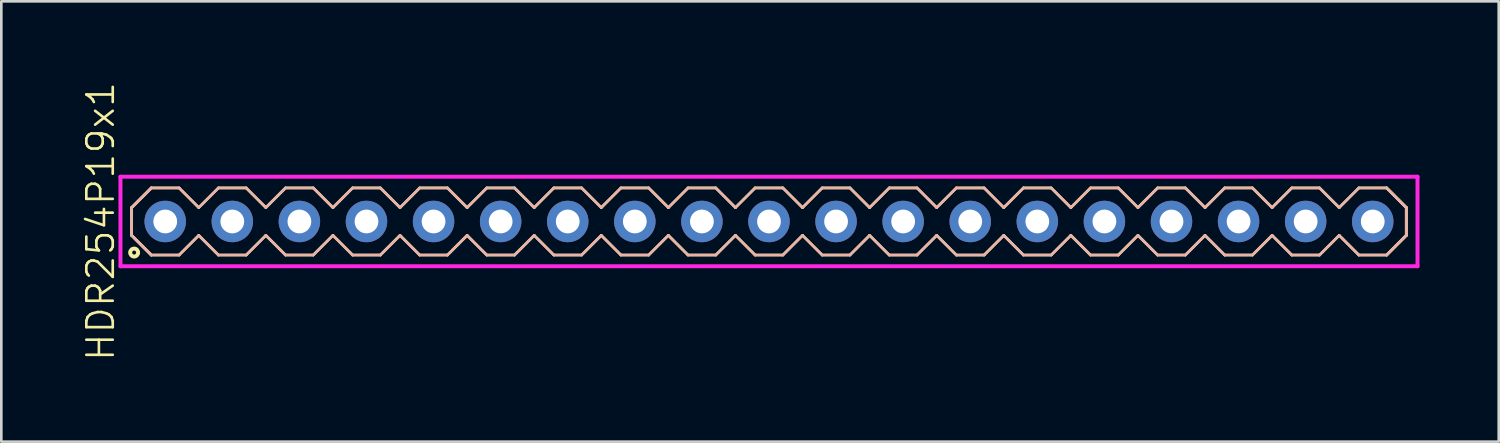
<source format=kicad_pcb>
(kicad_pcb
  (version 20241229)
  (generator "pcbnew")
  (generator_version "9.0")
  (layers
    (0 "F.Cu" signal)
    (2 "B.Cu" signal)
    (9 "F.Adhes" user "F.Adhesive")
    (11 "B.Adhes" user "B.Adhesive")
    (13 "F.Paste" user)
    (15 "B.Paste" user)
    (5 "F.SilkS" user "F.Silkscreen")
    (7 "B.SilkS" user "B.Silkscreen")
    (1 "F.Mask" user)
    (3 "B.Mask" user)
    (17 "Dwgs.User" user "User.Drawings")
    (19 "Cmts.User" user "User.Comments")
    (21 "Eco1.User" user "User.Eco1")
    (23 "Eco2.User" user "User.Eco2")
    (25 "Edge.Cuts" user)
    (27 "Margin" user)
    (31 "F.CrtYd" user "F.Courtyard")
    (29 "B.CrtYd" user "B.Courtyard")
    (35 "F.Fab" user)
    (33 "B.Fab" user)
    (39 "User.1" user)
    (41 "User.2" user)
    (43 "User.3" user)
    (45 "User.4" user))
  (footprint "HDR254P19x1"
    (layer "F.Cu")
    (at 26.066 5.336)
    (property "Reference" "HDR254P19x1" (at -25.305 0 90) (layer "F.SilkS") (effects (font (size 1 1) (thickness 0.1))))
    (attr through_hole)
    (fp_line (start -24.13 -0.526) (end -23.386 -1.27) (stroke (width 0.1) (type solid)) (layer "F.SilkS"))
    (fp_line (start -24.13 -0.526) (end -23.386 -1.27) (stroke (width 0.1) (type solid)) (layer "F.SilkS"))
    (fp_line (start -24.13 0.526) (end -24.13 -0.526) (stroke (width 0.1) (type solid)) (layer "F.SilkS"))
    (fp_line (start -24.13 0.526) (end -24.13 -0.526) (stroke (width 0.1) (type solid)) (layer "F.SilkS"))
    (fp_line (start -23.386 -1.27) (end -22.334 -1.27) (stroke (width 0.1) (type solid)) (layer "F.SilkS"))
    (fp_line (start -23.386 1.27) (end -24.13 0.526) (stroke (width 0.1) (type solid)) (layer "F.SilkS"))
    (fp_line (start -23.386 1.27) (end -24.13 0.526) (stroke (width 0.1) (type solid)) (layer "F.SilkS"))
    (fp_line (start -22.334 -1.27) (end -21.59 -0.526) (stroke (width 0.1) (type solid)) (layer "F.SilkS"))
    (fp_line (start -22.334 1.27) (end -23.386 1.27) (stroke (width 0.1) (type solid)) (layer "F.SilkS"))
    (fp_line (start -21.59 -0.526) (end -20.846 -1.27) (stroke (width 0.1) (type solid)) (layer "F.SilkS"))
    (fp_line (start -21.59 0.526) (end -22.334 1.27) (stroke (width 0.1) (type solid)) (layer "F.SilkS"))
    (fp_line (start -20.846 -1.27) (end -19.794 -1.27) (stroke (width 0.1) (type solid)) (layer "F.SilkS"))
    (fp_line (start -20.846 1.27) (end -21.59 0.526) (stroke (width 0.1) (type solid)) (layer "F.SilkS"))
    (fp_line (start -19.794 -1.27) (end -19.05 -0.526) (stroke (width 0.1) (type solid)) (layer "F.SilkS"))
    (fp_line (start -19.794 1.27) (end -20.846 1.27) (stroke (width 0.1) (type solid)) (layer "F.SilkS"))
    (fp_line (start -19.05 -0.526) (end -18.306 -1.27) (stroke (width 0.1) (type solid)) (layer "F.SilkS"))
    (fp_line (start -19.05 0.526) (end -19.794 1.27) (stroke (width 0.1) (type solid)) (layer "F.SilkS"))
    (fp_line (start -18.306 -1.27) (end -17.254 -1.27) (stroke (width 0.1) (type solid)) (layer "F.SilkS"))
    (fp_line (start -18.306 1.27) (end -19.05 0.526) (stroke (width 0.1) (type solid)) (layer "F.SilkS"))
    (fp_line (start -17.254 -1.27) (end -16.51 -0.526) (stroke (width 0.1) (type solid)) (layer "F.SilkS"))
    (fp_line (start -17.254 1.27) (end -18.306 1.27) (stroke (width 0.1) (type solid)) (layer "F.SilkS"))
    (fp_line (start -16.51 -0.526) (end -15.766 -1.27) (stroke (width 0.1) (type solid)) (layer "F.SilkS"))
    (fp_line (start -16.51 0.526) (end -17.254 1.27) (stroke (width 0.1) (type solid)) (layer "F.SilkS"))
    (fp_line (start -15.766 -1.27) (end -14.714 -1.27) (stroke (width 0.1) (type solid)) (layer "F.SilkS"))
    (fp_line (start -15.766 1.27) (end -16.51 0.526) (stroke (width 0.1) (type solid)) (layer "F.SilkS"))
    (fp_line (start -14.714 -1.27) (end -13.97 -0.526) (stroke (width 0.1) (type solid)) (layer "F.SilkS"))
    (fp_line (start -14.714 1.27) (end -15.766 1.27) (stroke (width 0.1) (type solid)) (layer "F.SilkS"))
    (fp_line (start -13.97 -0.526) (end -13.226 -1.27) (stroke (width 0.1) (type solid)) (layer "F.SilkS"))
    (fp_line (start -13.97 0.526) (end -14.714 1.27) (stroke (width 0.1) (type solid)) (layer "F.SilkS"))
    (fp_line (start -13.226 -1.27) (end -12.174 -1.27) (stroke (width 0.1) (type solid)) (layer "F.SilkS"))
    (fp_line (start -13.226 1.27) (end -13.97 0.526) (stroke (width 0.1) (type solid)) (layer "F.SilkS"))
    (fp_line (start -12.174 -1.27) (end -11.43 -0.526) (stroke (width 0.1) (type solid)) (layer "F.SilkS"))
    (fp_line (start -12.174 1.27) (end -13.226 1.27) (stroke (width 0.1) (type solid)) (layer "F.SilkS"))
    (fp_line (start -11.43 -0.526) (end -10.686 -1.27) (stroke (width 0.1) (type solid)) (layer "F.SilkS"))
    (fp_line (start -11.43 0.526) (end -12.174 1.27) (stroke (width 0.1) (type solid)) (layer "F.SilkS"))
    (fp_line (start -10.686 -1.27) (end -9.634 -1.27) (stroke (width 0.1) (type solid)) (layer "F.SilkS"))
    (fp_line (start -10.686 1.27) (end -11.43 0.526) (stroke (width 0.1) (type solid)) (layer "F.SilkS"))
    (fp_line (start -9.634 -1.27) (end -8.89 -0.526) (stroke (width 0.1) (type solid)) (layer "F.SilkS"))
    (fp_line (start -9.634 1.27) (end -10.686 1.27) (stroke (width 0.1) (type solid)) (layer "F.SilkS"))
    (fp_line (start -8.89 -0.526) (end -8.146 -1.27) (stroke (width 0.1) (type solid)) (layer "F.SilkS"))
    (fp_line (start -8.89 0.526) (end -9.634 1.27) (stroke (width 0.1) (type solid)) (layer "F.SilkS"))
    (fp_line (start -8.146 -1.27) (end -7.094 -1.27) (stroke (width 0.1) (type solid)) (layer "F.SilkS"))
    (fp_line (start -8.146 1.27) (end -8.89 0.526) (stroke (width 0.1) (type solid)) (layer "F.SilkS"))
    (fp_line (start -7.094 -1.27) (end -6.35 -0.526) (stroke (width 0.1) (type solid)) (layer "F.SilkS"))
    (fp_line (start -7.094 1.27) (end -8.146 1.27) (stroke (width 0.1) (type solid)) (layer "F.SilkS"))
    (fp_line (start -6.35 -0.526) (end -5.606 -1.27) (stroke (width 0.1) (type solid)) (layer "F.SilkS"))
    (fp_line (start -6.35 0.526) (end -7.094 1.27) (stroke (width 0.1) (type solid)) (layer "F.SilkS"))
    (fp_line (start -5.606 -1.27) (end -4.554 -1.27) (stroke (width 0.1) (type solid)) (layer "F.SilkS"))
    (fp_line (start -5.606 1.27) (end -6.35 0.526) (stroke (width 0.1) (type solid)) (layer "F.SilkS"))
    (fp_line (start -4.554 -1.27) (end -3.81 -0.526) (stroke (width 0.1) (type solid)) (layer "F.SilkS"))
    (fp_line (start -4.554 1.27) (end -5.606 1.27) (stroke (width 0.1) (type solid)) (layer "F.SilkS"))
    (fp_line (start -3.81 -0.526) (end -3.066 -1.27) (stroke (width 0.1) (type solid)) (layer "F.SilkS"))
    (fp_line (start -3.81 0.526) (end -4.554 1.27) (stroke (width 0.1) (type solid)) (layer "F.SilkS"))
    (fp_line (start -3.066 -1.27) (end -2.014 -1.27) (stroke (width 0.1) (type solid)) (layer "F.SilkS"))
    (fp_line (start -3.066 1.27) (end -3.81 0.526) (stroke (width 0.1) (type solid)) (layer "F.SilkS"))
    (fp_line (start -2.014 -1.27) (end -1.27 -0.526) (stroke (width 0.1) (type solid)) (layer "F.SilkS"))
    (fp_line (start -2.014 1.27) (end -3.066 1.27) (stroke (width 0.1) (type solid)) (layer "F.SilkS"))
    (fp_line (start -1.27 -0.526) (end -0.526 -1.27) (stroke (width 0.1) (type solid)) (layer "F.SilkS"))
    (fp_line (start -1.27 0.526) (end -2.014 1.27) (stroke (width 0.1) (type solid)) (layer "F.SilkS"))
    (fp_line (start -0.526 -1.27) (end 0.526 -1.27) (stroke (width 0.1) (type solid)) (layer "F.SilkS"))
    (fp_line (start -0.526 1.27) (end -1.27 0.526) (stroke (width 0.1) (type solid)) (layer "F.SilkS"))
    (fp_line (start 0.526 -1.27) (end 1.27 -0.526) (stroke (width 0.1) (type solid)) (layer "F.SilkS"))
    (fp_line (start 0.526 1.27) (end -0.526 1.27) (stroke (width 0.1) (type solid)) (layer "F.SilkS"))
    (fp_line (start 1.27 -0.526) (end 2.014 -1.27) (stroke (width 0.1) (type solid)) (layer "F.SilkS"))
    (fp_line (start 1.27 0.526) (end 0.526 1.27) (stroke (width 0.1) (type solid)) (layer "F.SilkS"))
    (fp_line (start 2.014 -1.27) (end 3.066 -1.27) (stroke (width 0.1) (type solid)) (layer "F.SilkS"))
    (fp_line (start 2.014 1.27) (end 1.27 0.526) (stroke (width 0.1) (type solid)) (layer "F.SilkS"))
    (fp_line (start 3.066 -1.27) (end 3.81 -0.526) (stroke (width 0.1) (type solid)) (layer "F.SilkS"))
    (fp_line (start 3.066 1.27) (end 2.014 1.27) (stroke (width 0.1) (type solid)) (layer "F.SilkS"))
    (fp_line (start 3.81 -0.526) (end 4.554 -1.27) (stroke (width 0.1) (type solid)) (layer "F.SilkS"))
    (fp_line (start 3.81 0.526) (end 3.066 1.27) (stroke (width 0.1) (type solid)) (layer "F.SilkS"))
    (fp_line (start 4.554 -1.27) (end 5.606 -1.27) (stroke (width 0.1) (type solid)) (layer "F.SilkS"))
    (fp_line (start 4.554 1.27) (end 3.81 0.526) (stroke (width 0.1) (type solid)) (layer "F.SilkS"))
    (fp_line (start 5.606 -1.27) (end 6.35 -0.526) (stroke (width 0.1) (type solid)) (layer "F.SilkS"))
    (fp_line (start 5.606 1.27) (end 4.554 1.27) (stroke (width 0.1) (type solid)) (layer "F.SilkS"))
    (fp_line (start 6.35 -0.526) (end 7.094 -1.27) (stroke (width 0.1) (type solid)) (layer "F.SilkS"))
    (fp_line (start 6.35 0.526) (end 5.606 1.27) (stroke (width 0.1) (type solid)) (layer "F.SilkS"))
    (fp_line (start 7.094 -1.27) (end 8.146 -1.27) (stroke (width 0.1) (type solid)) (layer "F.SilkS"))
    (fp_line (start 7.094 1.27) (end 6.35 0.526) (stroke (width 0.1) (type solid)) (layer "F.SilkS"))
    (fp_line (start 8.146 -1.27) (end 8.89 -0.526) (stroke (width 0.1) (type solid)) (layer "F.SilkS"))
    (fp_line (start 8.146 1.27) (end 7.094 1.27) (stroke (width 0.1) (type solid)) (layer "F.SilkS"))
    (fp_line (start 8.89 -0.526) (end 9.634 -1.27) (stroke (width 0.1) (type solid)) (layer "F.SilkS"))
    (fp_line (start 8.89 0.526) (end 8.146 1.27) (stroke (width 0.1) (type solid)) (layer "F.SilkS"))
    (fp_line (start 9.634 -1.27) (end 10.686 -1.27) (stroke (width 0.1) (type solid)) (layer "F.SilkS"))
    (fp_line (start 9.634 1.27) (end 8.89 0.526) (stroke (width 0.1) (type solid)) (layer "F.SilkS"))
    (fp_line (start 10.686 -1.27) (end 11.43 -0.526) (stroke (width 0.1) (type solid)) (layer "F.SilkS"))
    (fp_line (start 10.686 1.27) (end 9.634 1.27) (stroke (width 0.1) (type solid)) (layer "F.SilkS"))
    (fp_line (start 11.43 -0.526) (end 12.174 -1.27) (stroke (width 0.1) (type solid)) (layer "F.SilkS"))
    (fp_line (start 11.43 0.526) (end 10.686 1.27) (stroke (width 0.1) (type solid)) (layer "F.SilkS"))
    (fp_line (start 12.174 -1.27) (end 13.226 -1.27) (stroke (width 0.1) (type solid)) (layer "F.SilkS"))
    (fp_line (start 12.174 1.27) (end 11.43 0.526) (stroke (width 0.1) (type solid)) (layer "F.SilkS"))
    (fp_line (start 13.226 -1.27) (end 13.97 -0.526) (stroke (width 0.1) (type solid)) (layer "F.SilkS"))
    (fp_line (start 13.226 1.27) (end 12.174 1.27) (stroke (width 0.1) (type solid)) (layer "F.SilkS"))
    (fp_line (start 13.97 -0.526) (end 14.714 -1.27) (stroke (width 0.1) (type solid)) (layer "F.SilkS"))
    (fp_line (start 13.97 0.526) (end 13.226 1.27) (stroke (width 0.1) (type solid)) (layer "F.SilkS"))
    (fp_line (start 14.714 -1.27) (end 15.766 -1.27) (stroke (width 0.1) (type solid)) (layer "F.SilkS"))
    (fp_line (start 14.714 1.27) (end 13.97 0.526) (stroke (width 0.1) (type solid)) (layer "F.SilkS"))
    (fp_line (start 15.766 -1.27) (end 16.51 -0.526) (stroke (width 0.1) (type solid)) (layer "F.SilkS"))
    (fp_line (start 15.766 1.27) (end 14.714 1.27) (stroke (width 0.1) (type solid)) (layer "F.SilkS"))
    (fp_line (start 16.51 -0.526) (end 17.254 -1.27) (stroke (width 0.1) (type solid)) (layer "F.SilkS"))
    (fp_line (start 16.51 0.526) (end 15.766 1.27) (stroke (width 0.1) (type solid)) (layer "F.SilkS"))
    (fp_line (start 17.254 -1.27) (end 18.306 -1.27) (stroke (width 0.1) (type solid)) (layer "F.SilkS"))
    (fp_line (start 17.254 1.27) (end 16.51 0.526) (stroke (width 0.1) (type solid)) (layer "F.SilkS"))
    (fp_line (start 18.306 -1.27) (end 19.05 -0.526) (stroke (width 0.1) (type solid)) (layer "F.SilkS"))
    (fp_line (start 18.306 1.27) (end 17.254 1.27) (stroke (width 0.1) (type solid)) (layer "F.SilkS"))
    (fp_line (start 19.05 -0.526) (end 19.794 -1.27) (stroke (width 0.1) (type solid)) (layer "F.SilkS"))
    (fp_line (start 19.05 0.526) (end 18.306 1.27) (stroke (width 0.1) (type solid)) (layer "F.SilkS"))
    (fp_line (start 19.794 -1.27) (end 20.846 -1.27) (stroke (width 0.1) (type solid)) (layer "F.SilkS"))
    (fp_line (start 19.794 1.27) (end 19.05 0.526) (stroke (width 0.1) (type solid)) (layer "F.SilkS"))
    (fp_line (start 20.846 -1.27) (end 21.59 -0.526) (stroke (width 0.1) (type solid)) (layer "F.SilkS"))
    (fp_line (start 20.846 1.27) (end 19.794 1.27) (stroke (width 0.1) (type solid)) (layer "F.SilkS"))
    (fp_line (start 21.59 -0.526) (end 22.334 -1.27) (stroke (width 0.1) (type solid)) (layer "F.SilkS"))
    (fp_line (start 21.59 0.526) (end 20.846 1.27) (stroke (width 0.1) (type solid)) (layer "F.SilkS"))
    (fp_line (start 22.334 -1.27) (end 23.386 -1.27) (stroke (width 0.1) (type solid)) (layer "F.SilkS"))
    (fp_line (start 22.334 1.27) (end 21.59 0.526) (stroke (width 0.1) (type solid)) (layer "F.SilkS"))
    (fp_line (start 23.386 -1.27) (end 24.13 -0.526) (stroke (width 0.1) (type solid)) (layer "F.SilkS"))
    (fp_line (start 23.386 -1.27) (end 24.13 -0.526) (stroke (width 0.1) (type solid)) (layer "F.SilkS"))
    (fp_line (start 23.386 1.27) (end 22.334 1.27) (stroke (width 0.1) (type solid)) (layer "F.SilkS"))
    (fp_line (start 24.13 -0.526) (end 24.13 0.526) (stroke (width 0.1) (type solid)) (layer "F.SilkS"))
    (fp_line (start 24.13 -0.526) (end 24.13 0.526) (stroke (width 0.1) (type solid)) (layer "F.SilkS"))
    (fp_line (start 24.13 0.526) (end 23.386 1.27) (stroke (width 0.1) (type solid)) (layer "F.SilkS"))
    (fp_line (start 24.13 0.526) (end 23.386 1.27) (stroke (width 0.1) (type solid)) (layer "F.SilkS"))
    (fp_circle (center -24.037 1.177) (end -23.887 1.177) (stroke (width 0.15) (type solid)) (fill no) (layer "F.SilkS"))
    (fp_line (start -24.13 -0.526) (end -23.386 -1.27) (stroke (width 0.1) (type solid)) (layer "B.SilkS"))
    (fp_line (start -24.13 -0.526) (end -23.386 -1.27) (stroke (width 0.1) (type solid)) (layer "B.SilkS"))
    (fp_line (start -24.13 0.526) (end -24.13 -0.526) (stroke (width 0.1) (type solid)) (layer "B.SilkS"))
    (fp_line (start -24.13 0.526) (end -24.13 -0.526) (stroke (width 0.1) (type solid)) (layer "B.SilkS"))
    (fp_line (start -23.386 -1.27) (end -22.334 -1.27) (stroke (width 0.1) (type solid)) (layer "B.SilkS"))
    (fp_line (start -23.386 1.27) (end -24.13 0.526) (stroke (width 0.1) (type solid)) (layer "B.SilkS"))
    (fp_line (start -23.386 1.27) (end -24.13 0.526) (stroke (width 0.1) (type solid)) (layer "B.SilkS"))
    (fp_line (start -22.334 -1.27) (end -21.59 -0.526) (stroke (width 0.1) (type solid)) (layer "B.SilkS"))
    (fp_line (start -22.334 1.27) (end -23.386 1.27) (stroke (width 0.1) (type solid)) (layer "B.SilkS"))
    (fp_line (start -21.59 -0.526) (end -20.846 -1.27) (stroke (width 0.1) (type solid)) (layer "B.SilkS"))
    (fp_line (start -21.59 0.526) (end -22.334 1.27) (stroke (width 0.1) (type solid)) (layer "B.SilkS"))
    (fp_line (start -20.846 -1.27) (end -19.794 -1.27) (stroke (width 0.1) (type solid)) (layer "B.SilkS"))
    (fp_line (start -20.846 1.27) (end -21.59 0.526) (stroke (width 0.1) (type solid)) (layer "B.SilkS"))
    (fp_line (start -19.794 -1.27) (end -19.05 -0.526) (stroke (width 0.1) (type solid)) (layer "B.SilkS"))
    (fp_line (start -19.794 1.27) (end -20.846 1.27) (stroke (width 0.1) (type solid)) (layer "B.SilkS"))
    (fp_line (start -19.05 -0.526) (end -18.306 -1.27) (stroke (width 0.1) (type solid)) (layer "B.SilkS"))
    (fp_line (start -19.05 0.526) (end -19.794 1.27) (stroke (width 0.1) (type solid)) (layer "B.SilkS"))
    (fp_line (start -18.306 -1.27) (end -17.254 -1.27) (stroke (width 0.1) (type solid)) (layer "B.SilkS"))
    (fp_line (start -18.306 1.27) (end -19.05 0.526) (stroke (width 0.1) (type solid)) (layer "B.SilkS"))
    (fp_line (start -17.254 -1.27) (end -16.51 -0.526) (stroke (width 0.1) (type solid)) (layer "B.SilkS"))
    (fp_line (start -17.254 1.27) (end -18.306 1.27) (stroke (width 0.1) (type solid)) (layer "B.SilkS"))
    (fp_line (start -16.51 -0.526) (end -15.766 -1.27) (stroke (width 0.1) (type solid)) (layer "B.SilkS"))
    (fp_line (start -16.51 0.526) (end -17.254 1.27) (stroke (width 0.1) (type solid)) (layer "B.SilkS"))
    (fp_line (start -15.766 -1.27) (end -14.714 -1.27) (stroke (width 0.1) (type solid)) (layer "B.SilkS"))
    (fp_line (start -15.766 1.27) (end -16.51 0.526) (stroke (width 0.1) (type solid)) (layer "B.SilkS"))
    (fp_line (start -14.714 -1.27) (end -13.97 -0.526) (stroke (width 0.1) (type solid)) (layer "B.SilkS"))
    (fp_line (start -14.714 1.27) (end -15.766 1.27) (stroke (width 0.1) (type solid)) (layer "B.SilkS"))
    (fp_line (start -13.97 -0.526) (end -13.226 -1.27) (stroke (width 0.1) (type solid)) (layer "B.SilkS"))
    (fp_line (start -13.97 0.526) (end -14.714 1.27) (stroke (width 0.1) (type solid)) (layer "B.SilkS"))
    (fp_line (start -13.226 -1.27) (end -12.174 -1.27) (stroke (width 0.1) (type solid)) (layer "B.SilkS"))
    (fp_line (start -13.226 1.27) (end -13.97 0.526) (stroke (width 0.1) (type solid)) (layer "B.SilkS"))
    (fp_line (start -12.174 -1.27) (end -11.43 -0.526) (stroke (width 0.1) (type solid)) (layer "B.SilkS"))
    (fp_line (start -12.174 1.27) (end -13.226 1.27) (stroke (width 0.1) (type solid)) (layer "B.SilkS"))
    (fp_line (start -11.43 -0.526) (end -10.686 -1.27) (stroke (width 0.1) (type solid)) (layer "B.SilkS"))
    (fp_line (start -11.43 0.526) (end -12.174 1.27) (stroke (width 0.1) (type solid)) (layer "B.SilkS"))
    (fp_line (start -10.686 -1.27) (end -9.634 -1.27) (stroke (width 0.1) (type solid)) (layer "B.SilkS"))
    (fp_line (start -10.686 1.27) (end -11.43 0.526) (stroke (width 0.1) (type solid)) (layer "B.SilkS"))
    (fp_line (start -9.634 -1.27) (end -8.89 -0.526) (stroke (width 0.1) (type solid)) (layer "B.SilkS"))
    (fp_line (start -9.634 1.27) (end -10.686 1.27) (stroke (width 0.1) (type solid)) (layer "B.SilkS"))
    (fp_line (start -8.89 -0.526) (end -8.146 -1.27) (stroke (width 0.1) (type solid)) (layer "B.SilkS"))
    (fp_line (start -8.89 0.526) (end -9.634 1.27) (stroke (width 0.1) (type solid)) (layer "B.SilkS"))
    (fp_line (start -8.146 -1.27) (end -7.094 -1.27) (stroke (width 0.1) (type solid)) (layer "B.SilkS"))
    (fp_line (start -8.146 1.27) (end -8.89 0.526) (stroke (width 0.1) (type solid)) (layer "B.SilkS"))
    (fp_line (start -7.094 -1.27) (end -6.35 -0.526) (stroke (width 0.1) (type solid)) (layer "B.SilkS"))
    (fp_line (start -7.094 1.27) (end -8.146 1.27) (stroke (width 0.1) (type solid)) (layer "B.SilkS"))
    (fp_line (start -6.35 -0.526) (end -5.606 -1.27) (stroke (width 0.1) (type solid)) (layer "B.SilkS"))
    (fp_line (start -6.35 0.526) (end -7.094 1.27) (stroke (width 0.1) (type solid)) (layer "B.SilkS"))
    (fp_line (start -5.606 -1.27) (end -4.554 -1.27) (stroke (width 0.1) (type solid)) (layer "B.SilkS"))
    (fp_line (start -5.606 1.27) (end -6.35 0.526) (stroke (width 0.1) (type solid)) (layer "B.SilkS"))
    (fp_line (start -4.554 -1.27) (end -3.81 -0.526) (stroke (width 0.1) (type solid)) (layer "B.SilkS"))
    (fp_line (start -4.554 1.27) (end -5.606 1.27) (stroke (width 0.1) (type solid)) (layer "B.SilkS"))
    (fp_line (start -3.81 -0.526) (end -3.066 -1.27) (stroke (width 0.1) (type solid)) (layer "B.SilkS"))
    (fp_line (start -3.81 0.526) (end -4.554 1.27) (stroke (width 0.1) (type solid)) (layer "B.SilkS"))
    (fp_line (start -3.066 -1.27) (end -2.014 -1.27) (stroke (width 0.1) (type solid)) (layer "B.SilkS"))
    (fp_line (start -3.066 1.27) (end -3.81 0.526) (stroke (width 0.1) (type solid)) (layer "B.SilkS"))
    (fp_line (start -2.014 -1.27) (end -1.27 -0.526) (stroke (width 0.1) (type solid)) (layer "B.SilkS"))
    (fp_line (start -2.014 1.27) (end -3.066 1.27) (stroke (width 0.1) (type solid)) (layer "B.SilkS"))
    (fp_line (start -1.27 -0.526) (end -0.526 -1.27) (stroke (width 0.1) (type solid)) (layer "B.SilkS"))
    (fp_line (start -1.27 0.526) (end -2.014 1.27) (stroke (width 0.1) (type solid)) (layer "B.SilkS"))
    (fp_line (start -0.526 -1.27) (end 0.526 -1.27) (stroke (width 0.1) (type solid)) (layer "B.SilkS"))
    (fp_line (start -0.526 1.27) (end -1.27 0.526) (stroke (width 0.1) (type solid)) (layer "B.SilkS"))
    (fp_line (start 0.526 -1.27) (end 1.27 -0.526) (stroke (width 0.1) (type solid)) (layer "B.SilkS"))
    (fp_line (start 0.526 1.27) (end -0.526 1.27) (stroke (width 0.1) (type solid)) (layer "B.SilkS"))
    (fp_line (start 1.27 -0.526) (end 2.014 -1.27) (stroke (width 0.1) (type solid)) (layer "B.SilkS"))
    (fp_line (start 1.27 0.526) (end 0.526 1.27) (stroke (width 0.1) (type solid)) (layer "B.SilkS"))
    (fp_line (start 2.014 -1.27) (end 3.066 -1.27) (stroke (width 0.1) (type solid)) (layer "B.SilkS"))
    (fp_line (start 2.014 1.27) (end 1.27 0.526) (stroke (width 0.1) (type solid)) (layer "B.SilkS"))
    (fp_line (start 3.066 -1.27) (end 3.81 -0.526) (stroke (width 0.1) (type solid)) (layer "B.SilkS"))
    (fp_line (start 3.066 1.27) (end 2.014 1.27) (stroke (width 0.1) (type solid)) (layer "B.SilkS"))
    (fp_line (start 3.81 -0.526) (end 4.554 -1.27) (stroke (width 0.1) (type solid)) (layer "B.SilkS"))
    (fp_line (start 3.81 0.526) (end 3.066 1.27) (stroke (width 0.1) (type solid)) (layer "B.SilkS"))
    (fp_line (start 4.554 -1.27) (end 5.606 -1.27) (stroke (width 0.1) (type solid)) (layer "B.SilkS"))
    (fp_line (start 4.554 1.27) (end 3.81 0.526) (stroke (width 0.1) (type solid)) (layer "B.SilkS"))
    (fp_line (start 5.606 -1.27) (end 6.35 -0.526) (stroke (width 0.1) (type solid)) (layer "B.SilkS"))
    (fp_line (start 5.606 1.27) (end 4.554 1.27) (stroke (width 0.1) (type solid)) (layer "B.SilkS"))
    (fp_line (start 6.35 -0.526) (end 7.094 -1.27) (stroke (width 0.1) (type solid)) (layer "B.SilkS"))
    (fp_line (start 6.35 0.526) (end 5.606 1.27) (stroke (width 0.1) (type solid)) (layer "B.SilkS"))
    (fp_line (start 7.094 -1.27) (end 8.146 -1.27) (stroke (width 0.1) (type solid)) (layer "B.SilkS"))
    (fp_line (start 7.094 1.27) (end 6.35 0.526) (stroke (width 0.1) (type solid)) (layer "B.SilkS"))
    (fp_line (start 8.146 -1.27) (end 8.89 -0.526) (stroke (width 0.1) (type solid)) (layer "B.SilkS"))
    (fp_line (start 8.146 1.27) (end 7.094 1.27) (stroke (width 0.1) (type solid)) (layer "B.SilkS"))
    (fp_line (start 8.89 -0.526) (end 9.634 -1.27) (stroke (width 0.1) (type solid)) (layer "B.SilkS"))
    (fp_line (start 8.89 0.526) (end 8.146 1.27) (stroke (width 0.1) (type solid)) (layer "B.SilkS"))
    (fp_line (start 9.634 -1.27) (end 10.686 -1.27) (stroke (width 0.1) (type solid)) (layer "B.SilkS"))
    (fp_line (start 9.634 1.27) (end 8.89 0.526) (stroke (width 0.1) (type solid)) (layer "B.SilkS"))
    (fp_line (start 10.686 -1.27) (end 11.43 -0.526) (stroke (width 0.1) (type solid)) (layer "B.SilkS"))
    (fp_line (start 10.686 1.27) (end 9.634 1.27) (stroke (width 0.1) (type solid)) (layer "B.SilkS"))
    (fp_line (start 11.43 -0.526) (end 12.174 -1.27) (stroke (width 0.1) (type solid)) (layer "B.SilkS"))
    (fp_line (start 11.43 0.526) (end 10.686 1.27) (stroke (width 0.1) (type solid)) (layer "B.SilkS"))
    (fp_line (start 12.174 -1.27) (end 13.226 -1.27) (stroke (width 0.1) (type solid)) (layer "B.SilkS"))
    (fp_line (start 12.174 1.27) (end 11.43 0.526) (stroke (width 0.1) (type solid)) (layer "B.SilkS"))
    (fp_line (start 13.226 -1.27) (end 13.97 -0.526) (stroke (width 0.1) (type solid)) (layer "B.SilkS"))
    (fp_line (start 13.226 1.27) (end 12.174 1.27) (stroke (width 0.1) (type solid)) (layer "B.SilkS"))
    (fp_line (start 13.97 -0.526) (end 14.714 -1.27) (stroke (width 0.1) (type solid)) (layer "B.SilkS"))
    (fp_line (start 13.97 0.526) (end 13.226 1.27) (stroke (width 0.1) (type solid)) (layer "B.SilkS"))
    (fp_line (start 14.714 -1.27) (end 15.766 -1.27) (stroke (width 0.1) (type solid)) (layer "B.SilkS"))
    (fp_line (start 14.714 1.27) (end 13.97 0.526) (stroke (width 0.1) (type solid)) (layer "B.SilkS"))
    (fp_line (start 15.766 -1.27) (end 16.51 -0.526) (stroke (width 0.1) (type solid)) (layer "B.SilkS"))
    (fp_line (start 15.766 1.27) (end 14.714 1.27) (stroke (width 0.1) (type solid)) (layer "B.SilkS"))
    (fp_line (start 16.51 -0.526) (end 17.254 -1.27) (stroke (width 0.1) (type solid)) (layer "B.SilkS"))
    (fp_line (start 16.51 0.526) (end 15.766 1.27) (stroke (width 0.1) (type solid)) (layer "B.SilkS"))
    (fp_line (start 17.254 -1.27) (end 18.306 -1.27) (stroke (width 0.1) (type solid)) (layer "B.SilkS"))
    (fp_line (start 17.254 1.27) (end 16.51 0.526) (stroke (width 0.1) (type solid)) (layer "B.SilkS"))
    (fp_line (start 18.306 -1.27) (end 19.05 -0.526) (stroke (width 0.1) (type solid)) (layer "B.SilkS"))
    (fp_line (start 18.306 1.27) (end 17.254 1.27) (stroke (width 0.1) (type solid)) (layer "B.SilkS"))
    (fp_line (start 19.05 -0.526) (end 19.794 -1.27) (stroke (width 0.1) (type solid)) (layer "B.SilkS"))
    (fp_line (start 19.05 0.526) (end 18.306 1.27) (stroke (width 0.1) (type solid)) (layer "B.SilkS"))
    (fp_line (start 19.794 -1.27) (end 20.846 -1.27) (stroke (width 0.1) (type solid)) (layer "B.SilkS"))
    (fp_line (start 19.794 1.27) (end 19.05 0.526) (stroke (width 0.1) (type solid)) (layer "B.SilkS"))
    (fp_line (start 20.846 -1.27) (end 21.59 -0.526) (stroke (width 0.1) (type solid)) (layer "B.SilkS"))
    (fp_line (start 20.846 1.27) (end 19.794 1.27) (stroke (width 0.1) (type solid)) (layer "B.SilkS"))
    (fp_line (start 21.59 -0.526) (end 22.334 -1.27) (stroke (width 0.1) (type solid)) (layer "B.SilkS"))
    (fp_line (start 21.59 0.526) (end 20.846 1.27) (stroke (width 0.1) (type solid)) (layer "B.SilkS"))
    (fp_line (start 22.334 -1.27) (end 23.386 -1.27) (stroke (width 0.1) (type solid)) (layer "B.SilkS"))
    (fp_line (start 22.334 1.27) (end 21.59 0.526) (stroke (width 0.1) (type solid)) (layer "B.SilkS"))
    (fp_line (start 23.386 -1.27) (end 24.13 -0.526) (stroke (width 0.1) (type solid)) (layer "B.SilkS"))
    (fp_line (start 23.386 -1.27) (end 24.13 -0.526) (stroke (width 0.1) (type solid)) (layer "B.SilkS"))
    (fp_line (start 23.386 1.27) (end 22.334 1.27) (stroke (width 0.1) (type solid)) (layer "B.SilkS"))
    (fp_line (start 24.13 -0.526) (end 24.13 0.526) (stroke (width 0.1) (type solid)) (layer "B.SilkS"))
    (fp_line (start 24.13 -0.526) (end 24.13 0.526) (stroke (width 0.1) (type solid)) (layer "B.SilkS"))
    (fp_line (start 24.13 0.526) (end 23.386 1.27) (stroke (width 0.1) (type solid)) (layer "B.SilkS"))
    (fp_line (start 24.13 0.526) (end 23.386 1.27) (stroke (width 0.1) (type solid)) (layer "B.SilkS"))
    (fp_line (start -24.555 -1.695) (end -24.555 1.695) (stroke (width 0.15) (type solid)) (layer "F.CrtYd"))
    (fp_line (start -24.555 1.695) (end 24.555 1.695) (stroke (width 0.15) (type solid)) (layer "F.CrtYd"))
    (fp_line (start 24.555 -1.695) (end -24.555 -1.695) (stroke (width 0.15) (type solid)) (layer "F.CrtYd"))
    (fp_line (start 24.555 1.695) (end 24.555 -1.695) (stroke (width 0.15) (type solid)) (layer "F.CrtYd"))
    (pad "1" thru_hole oval (at -22.86 0) (size 1.57 1.57) (drill 0.9) (layers "*.Cu" "*.Mask"))
    (pad "2" thru_hole oval (at -20.32 0) (size 1.57 1.57) (drill 0.9) (layers "*.Cu" "*.Mask"))
    (pad "3" thru_hole oval (at -17.78 0) (size 1.57 1.57) (drill 0.9) (layers "*.Cu" "*.Mask"))
    (pad "4" thru_hole oval (at -15.24 0) (size 1.57 1.57) (drill 0.9) (layers "*.Cu" "*.Mask"))
    (pad "5" thru_hole oval (at -12.7 0) (size 1.57 1.57) (drill 0.9) (layers "*.Cu" "*.Mask"))
    (pad "6" thru_hole oval (at -10.16 0) (size 1.57 1.57) (drill 0.9) (layers "*.Cu" "*.Mask"))
    (pad "7" thru_hole oval (at -7.62 0) (size 1.57 1.57) (drill 0.9) (layers "*.Cu" "*.Mask"))
    (pad "8" thru_hole oval (at -5.08 0) (size 1.57 1.57) (drill 0.9) (layers "*.Cu" "*.Mask"))
    (pad "9" thru_hole oval (at -2.54 0) (size 1.57 1.57) (drill 0.9) (layers "*.Cu" "*.Mask"))
    (pad "10" thru_hole oval (at 0 0) (size 1.57 1.57) (drill 0.9) (layers "*.Cu" "*.Mask"))
    (pad "11" thru_hole oval (at 2.54 0) (size 1.57 1.57) (drill 0.9) (layers "*.Cu" "*.Mask"))
    (pad "12" thru_hole oval (at 5.08 0) (size 1.57 1.57) (drill 0.9) (layers "*.Cu" "*.Mask"))
    (pad "13" thru_hole oval (at 7.62 0) (size 1.57 1.57) (drill 0.9) (layers "*.Cu" "*.Mask"))
    (pad "14" thru_hole oval (at 10.16 0) (size 1.57 1.57) (drill 0.9) (layers "*.Cu" "*.Mask"))
    (pad "15" thru_hole oval (at 12.7 0) (size 1.57 1.57) (drill 0.9) (layers "*.Cu" "*.Mask"))
    (pad "16" thru_hole oval (at 15.24 0) (size 1.57 1.57) (drill 0.9) (layers "*.Cu" "*.Mask"))
    (pad "17" thru_hole oval (at 17.78 0) (size 1.57 1.57) (drill 0.9) (layers "*.Cu" "*.Mask"))
    (pad "18" thru_hole oval (at 20.32 0) (size 1.57 1.57) (drill 0.9) (layers "*.Cu" "*.Mask"))
    (pad "19" thru_hole oval (at 22.86 0) (size 1.57 1.57) (drill 0.9) (layers "*.Cu" "*.Mask")))
  (gr_rect
    (start -3 -3)
    (end 53.696 13.671)
    (stroke (width 0.1) (type default))
    (fill no)
    (layer "Edge.Cuts")))
</source>
